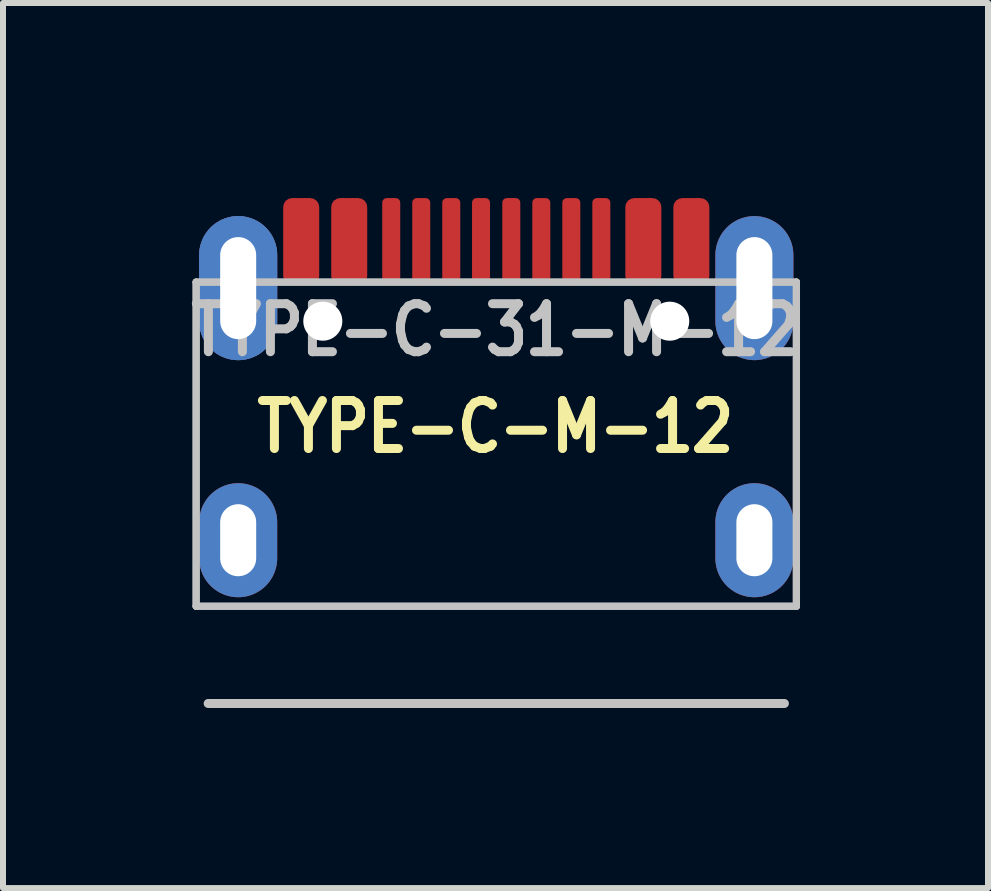
<source format=kicad_pcb>
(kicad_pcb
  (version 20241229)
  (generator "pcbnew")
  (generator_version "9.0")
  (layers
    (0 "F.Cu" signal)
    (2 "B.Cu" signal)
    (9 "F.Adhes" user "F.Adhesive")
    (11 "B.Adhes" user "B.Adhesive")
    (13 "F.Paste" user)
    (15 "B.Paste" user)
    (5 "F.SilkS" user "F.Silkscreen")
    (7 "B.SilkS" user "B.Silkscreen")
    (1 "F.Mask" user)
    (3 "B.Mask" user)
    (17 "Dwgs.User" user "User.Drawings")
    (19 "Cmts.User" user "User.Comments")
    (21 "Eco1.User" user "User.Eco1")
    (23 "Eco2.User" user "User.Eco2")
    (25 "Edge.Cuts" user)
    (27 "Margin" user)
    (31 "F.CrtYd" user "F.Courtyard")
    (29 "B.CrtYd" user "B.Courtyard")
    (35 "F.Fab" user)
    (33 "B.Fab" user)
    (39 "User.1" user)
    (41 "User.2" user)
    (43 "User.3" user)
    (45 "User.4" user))
  (footprint "TYPE-C-31-M-12"
    (layer "F.Cu")
    (at 5.218 0.25)
    (property "Reference" "TYPE-C-31-M-12" (at -0.013 2.197 180) (layer "Dwgs.User") (effects (font (size 0.8 0.7) (thickness 0.15))))
    (attr through_hole)
    (fp_line (start -5 1.4) (end -5 6.8) (stroke (width 0.12) (type solid)) (layer "Dwgs.User"))
    (fp_line (start -5 6.8) (end 5 6.8) (stroke (width 0.12) (type solid)) (layer "Dwgs.User"))
    (fp_line (start 4.8 8.42) (end -4.8 8.42) (stroke (width 0.15) (type solid)) (layer "Dwgs.User"))
    (fp_line (start 5 1.4) (end -5 1.4) (stroke (width 0.12) (type solid)) (layer "Dwgs.User"))
    (fp_line (start 5 6.8) (end 5 1.4) (stroke (width 0.12) (type solid)) (layer "Dwgs.User"))
    (fp_line (start -5 1.4) (end -5 6.8) (stroke (width 0.12) (type solid)) (layer "F.Fab"))
    (fp_line (start -5 6.8) (end 5 6.8) (stroke (width 0.12) (type solid)) (layer "F.Fab"))
    (fp_line (start 5 1.4) (end -5 1.4) (stroke (width 0.12) (type solid)) (layer "F.Fab"))
    (fp_line (start 5 6.8) (end 5 1.4) (stroke (width 0.12) (type solid)) (layer "F.Fab"))
    (fp_text user "TYPE-C-M-12" (at -0.013 3.81 0) (layer "F.SilkS") (effects (font (size 0.8 0.7) (thickness 0.15))))
    (pad "" np_thru_hole circle (at -2.89 2.051) (size 0.65 0.65) (drill 0.65) (layers "*.Cu" "*.Mask"))
    (pad "" np_thru_hole circle (at 2.89 2.051) (size 0.65 0.65) (drill 0.65) (layers "*.Cu" "*.Mask"))
    (pad "A1" smd roundrect (at -3.25 1.275) (size 0.6 1.45) (drill (offset 0 -0.55)) (layers "F.Cu" "F.Mask" "F.Paste") (roundrect_rratio 0.25))
    (pad "A4" smd roundrect (at -2.45 1.275) (size 0.6 1.45) (drill (offset 0 -0.55)) (layers "F.Cu" "F.Mask" "F.Paste") (roundrect_rratio 0.25))
    (pad "A5" smd roundrect (at -1.25 1.275) (size 0.3 1.45) (drill (offset 0 -0.55)) (layers "F.Cu" "F.Mask" "F.Paste") (roundrect_rratio 0.25))
    (pad "A6" smd roundrect (at -0.254 1.275) (size 0.3 1.45) (drill (offset 0 -0.55)) (layers "F.Cu" "F.Mask" "F.Paste") (roundrect_rratio 0.25))
    (pad "A7" smd roundrect (at 0.25 1.275) (size 0.3 1.45) (drill (offset 0 -0.55)) (layers "F.Cu" "F.Mask" "F.Paste") (roundrect_rratio 0.25))
    (pad "A8" smd roundrect (at 1.25 1.275) (size 0.3 1.45) (drill (offset 0 -0.55)) (layers "F.Cu" "F.Mask" "F.Paste") (roundrect_rratio 0.25))
    (pad "B1" smd roundrect (at 3.25 1.275) (size 0.6 1.45) (drill (offset 0 -0.55)) (layers "F.Cu" "F.Mask" "F.Paste") (roundrect_rratio 0.25))
    (pad "B4" smd roundrect (at 2.45 1.275) (size 0.6 1.45) (drill (offset 0 -0.55)) (layers "F.Cu" "F.Mask" "F.Paste") (roundrect_rratio 0.25))
    (pad "B5" smd roundrect (at 1.75 1.275) (size 0.3 1.45) (drill (offset 0 -0.55)) (layers "F.Cu" "F.Mask" "F.Paste") (roundrect_rratio 0.25))
    (pad "B6" smd roundrect (at 0.75 1.275) (size 0.3 1.45) (drill (offset 0 -0.55)) (layers "F.Cu" "F.Mask" "F.Paste") (roundrect_rratio 0.25))
    (pad "B7" smd roundrect (at -0.75 1.275) (size 0.3 1.45) (drill (offset 0 -0.55)) (layers "F.Cu" "F.Mask" "F.Paste") (roundrect_rratio 0.25))
    (pad "B8" smd roundrect (at -1.75 1.275) (size 0.3 1.45) (drill (offset 0 -0.55)) (layers "F.Cu" "F.Mask" "F.Paste") (roundrect_rratio 0.25))
    (pad "S" thru_hole oval (at -4.3 1.5) (size 1.3 2.4) (drill oval 0.6 1.7) (layers "*.Cu" "F.Mask"))
    (pad "S" smd oval (at -4.3 1.5) (size 1.3 2.4) (layers "B.Cu" "B.Mask"))
    (pad "S" thru_hole oval (at -4.3 5.7) (size 1.3 1.9) (drill oval 0.6 1.2) (layers "*.Cu" "*.Mask"))
    (pad "S" thru_hole oval (at 4.3 1.5) (size 1.3 2.4) (drill oval 0.6 1.7) (layers "*.Cu" "*.Mask"))
    (pad "S" thru_hole oval (at 4.3 5.7) (size 1.3 1.9) (drill oval 0.6 1.2) (layers "*.Cu" "*.Mask")))
  (gr_rect
    (start -3 -3)
    (end 13.41 11.745)
    (stroke (width 0.1) (type default))
    (fill no)
    (layer "Edge.Cuts")))
</source>
